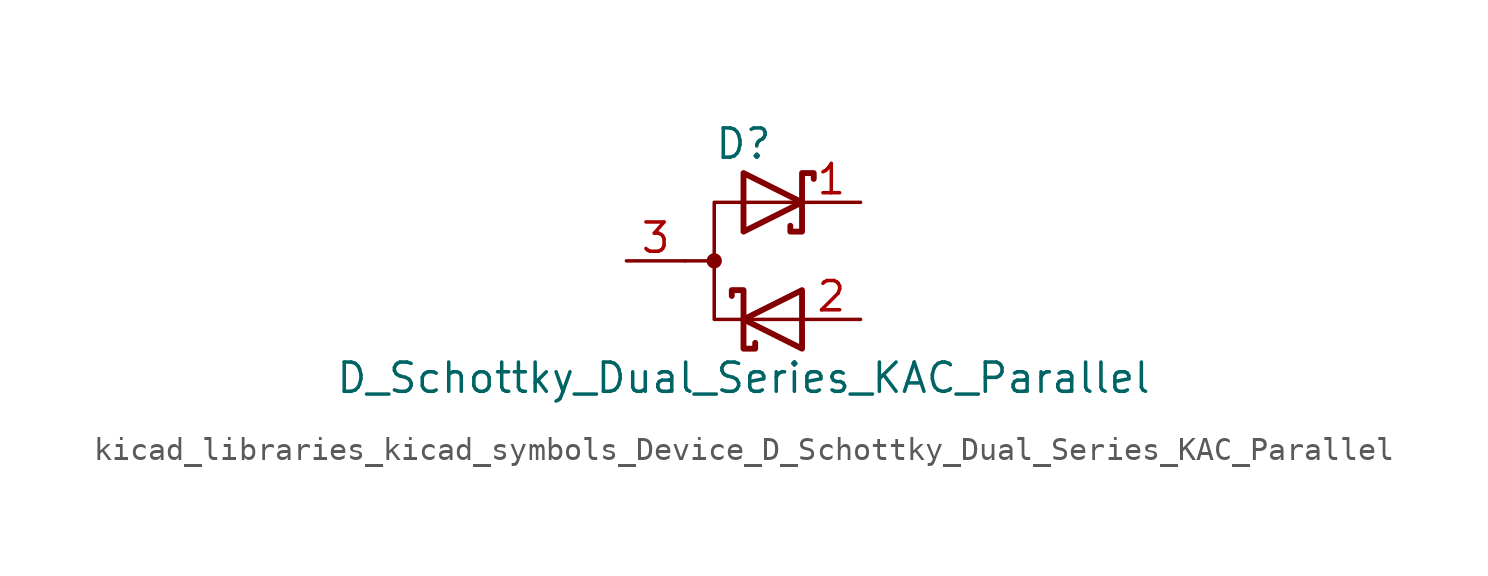
<source format=kicad_sym>
(kicad_symbol_lib
  (version 20220914)
  (generator kicad_symbol_editor)
  (symbol "kicad_libraries_kicad_symbols_Device_D_Schottky_Dual_Series_KAC_Parallel"
    (pin_names
      (offset 0.762) hide)
    (property "Reference" "D"
      (at 0 5.08 0)
      (effects (font (size 1.27 1.27))))
    (property "Value" "D_Schottky_Dual_Series_KAC_Parallel"
      (at 0 -5.08 0)
      (effects (font (size 1.27 1.27))))
    (symbol "kicad_libraries_kicad_symbols_Device_D_Schottky_Dual_Series_KAC_Parallel_0_1"
      (circle (center -1.27 0) (radius 0.254) (stroke (width 0) (type default)) (fill (type outline)))
      (polyline (pts (xy -1.27 0) (xy -2.54 0)) (stroke (width 0) (type default)) (fill (type none)))
      (polyline (pts (xy 2.54 2.54) (xy -1.27 2.54) (xy -1.27 -2.54) (xy 2.54 -2.54)) (stroke (width 0) (type default)) (fill (type none)))
      (polyline (pts (xy -0.508 -1.524) (xy -0.508 -1.27) (xy 0 -1.27) (xy 0 -3.81) (xy 0.508 -3.81) (xy 0.508 -3.556)) (stroke (width 0.254) (type default)) (fill (type none)))
      (polyline (pts (xy 0 3.81) (xy 2.54 2.54) (xy 0 1.27) (xy 0 3.81) (xy 0 3.81) (xy 0 3.81)) (stroke (width 0.254) (type default)) (fill (type none)))
      (polyline (pts (xy 2.54 -1.27) (xy 0 -2.54) (xy 2.54 -3.81) (xy 2.54 -1.27) (xy 2.54 -1.27) (xy 2.54 -1.27)) (stroke (width 0.254) (type default)) (fill (type none)))
      (polyline (pts (xy 3.048 3.556) (xy 3.048 3.81) (xy 2.54 3.81) (xy 2.54 1.27) (xy 2.032 1.27) (xy 2.032 1.524)) (stroke (width 0.254) (type default)) (fill (type none)))
      (pin passive line (at 5.08 2.54 180) (length 2.54) (name "K" (effects (font (size 1.27 1.27)))) (number "1" (effects (font (size 1.27 1.27)))))
      (pin passive line (at 5.08 -2.54 180) (length 2.54) (name "K" (effects (font (size 1.27 1.27)))) (number "2" (effects (font (size 1.27 1.27)))))
      (pin passive line (at -5.08 0 0) (length 2.54) (name "A" (effects (font (size 1.27 1.27)))) (number "3" (effects (font (size 1.27 1.27))))))))
</source>
